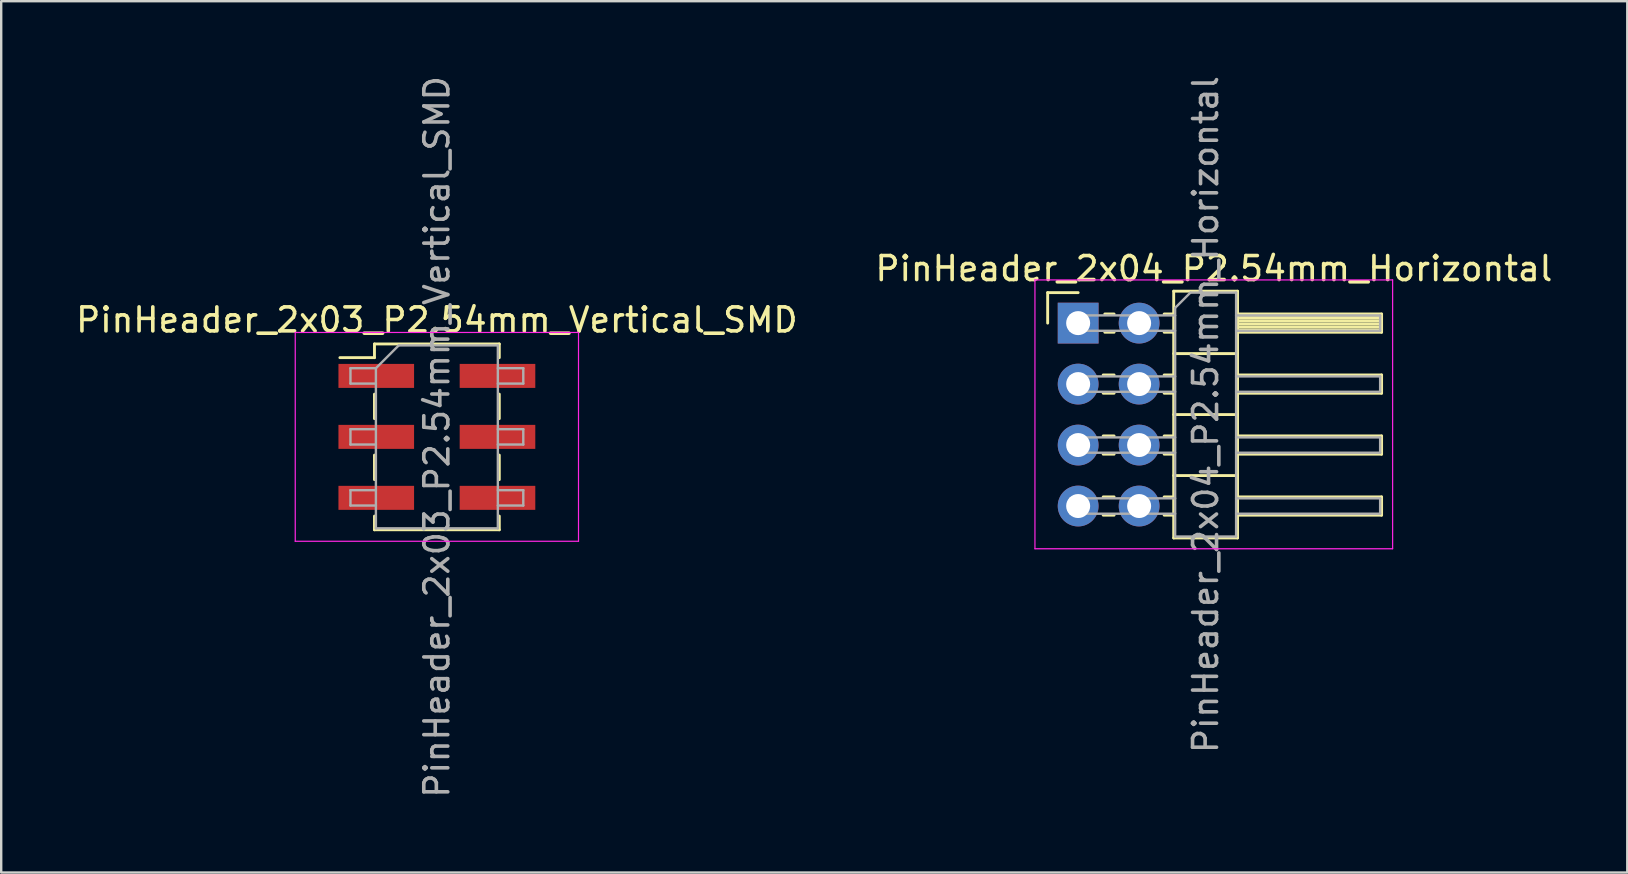
<source format=kicad_pcb>
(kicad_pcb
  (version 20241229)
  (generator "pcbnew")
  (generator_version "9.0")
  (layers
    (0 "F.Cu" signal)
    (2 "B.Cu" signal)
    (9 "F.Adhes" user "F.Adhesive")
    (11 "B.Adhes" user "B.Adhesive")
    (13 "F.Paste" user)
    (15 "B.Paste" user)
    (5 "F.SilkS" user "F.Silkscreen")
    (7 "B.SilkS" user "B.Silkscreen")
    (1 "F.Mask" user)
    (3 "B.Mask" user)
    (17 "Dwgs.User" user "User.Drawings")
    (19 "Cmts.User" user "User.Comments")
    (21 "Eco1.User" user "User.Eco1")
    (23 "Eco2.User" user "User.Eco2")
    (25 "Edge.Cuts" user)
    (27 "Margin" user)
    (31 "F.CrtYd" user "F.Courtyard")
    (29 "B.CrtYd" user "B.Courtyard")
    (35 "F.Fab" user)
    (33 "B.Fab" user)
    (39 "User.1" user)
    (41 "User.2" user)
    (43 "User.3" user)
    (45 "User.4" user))
  (footprint "PinHeader_2x03_P2.54mm_Vertical_SMD"
    (layer "F.Cu")
    (at 15.149 15.149)
    (property "Reference" "PinHeader_2x03_P2.54mm_Vertical_SMD" (at 0 -4.87 0) (layer "F.SilkS") (effects (font (size 1 1) (thickness 0.15))))
    (attr smd)
    (fp_line (start -4.04 -3.3) (end -2.6 -3.3) (stroke (width 0.12) (type solid)) (layer "F.SilkS"))
    (fp_line (start -2.6 -3.87) (end -2.6 -3.3) (stroke (width 0.12) (type solid)) (layer "F.SilkS"))
    (fp_line (start -2.6 -3.87) (end 2.6 -3.87) (stroke (width 0.12) (type solid)) (layer "F.SilkS"))
    (fp_line (start -2.6 -1.78) (end -2.6 -0.76) (stroke (width 0.12) (type solid)) (layer "F.SilkS"))
    (fp_line (start -2.6 0.76) (end -2.6 1.78) (stroke (width 0.12) (type solid)) (layer "F.SilkS"))
    (fp_line (start -2.6 3.3) (end -2.6 3.87) (stroke (width 0.12) (type solid)) (layer "F.SilkS"))
    (fp_line (start -2.6 3.87) (end 2.6 3.87) (stroke (width 0.12) (type solid)) (layer "F.SilkS"))
    (fp_line (start 2.6 -3.87) (end 2.6 -3.3) (stroke (width 0.12) (type solid)) (layer "F.SilkS"))
    (fp_line (start 2.6 -1.78) (end 2.6 -0.76) (stroke (width 0.12) (type solid)) (layer "F.SilkS"))
    (fp_line (start 2.6 0.76) (end 2.6 1.78) (stroke (width 0.12) (type solid)) (layer "F.SilkS"))
    (fp_line (start 2.6 3.3) (end 2.6 3.87) (stroke (width 0.12) (type solid)) (layer "F.SilkS"))
    (fp_line (start -5.9 -4.35) (end -5.9 4.35) (stroke (width 0.05) (type solid)) (layer "F.CrtYd"))
    (fp_line (start -5.9 4.35) (end 5.9 4.35) (stroke (width 0.05) (type solid)) (layer "F.CrtYd"))
    (fp_line (start 5.9 -4.35) (end -5.9 -4.35) (stroke (width 0.05) (type solid)) (layer "F.CrtYd"))
    (fp_line (start 5.9 4.35) (end 5.9 -4.35) (stroke (width 0.05) (type solid)) (layer "F.CrtYd"))
    (fp_line (start -3.6 -2.86) (end -3.6 -2.22) (stroke (width 0.1) (type solid)) (layer "F.Fab"))
    (fp_line (start -3.6 -2.22) (end -2.54 -2.22) (stroke (width 0.1) (type solid)) (layer "F.Fab"))
    (fp_line (start -3.6 -0.32) (end -3.6 0.32) (stroke (width 0.1) (type solid)) (layer "F.Fab"))
    (fp_line (start -3.6 0.32) (end -2.54 0.32) (stroke (width 0.1) (type solid)) (layer "F.Fab"))
    (fp_line (start -3.6 2.22) (end -3.6 2.86) (stroke (width 0.1) (type solid)) (layer "F.Fab"))
    (fp_line (start -3.6 2.86) (end -2.54 2.86) (stroke (width 0.1) (type solid)) (layer "F.Fab"))
    (fp_line (start -2.54 -2.86) (end -3.6 -2.86) (stroke (width 0.1) (type solid)) (layer "F.Fab"))
    (fp_line (start -2.54 -2.86) (end -1.59 -3.81) (stroke (width 0.1) (type solid)) (layer "F.Fab"))
    (fp_line (start -2.54 -0.32) (end -3.6 -0.32) (stroke (width 0.1) (type solid)) (layer "F.Fab"))
    (fp_line (start -2.54 2.22) (end -3.6 2.22) (stroke (width 0.1) (type solid)) (layer "F.Fab"))
    (fp_line (start -2.54 3.81) (end -2.54 -2.86) (stroke (width 0.1) (type solid)) (layer "F.Fab"))
    (fp_line (start -1.59 -3.81) (end 2.54 -3.81) (stroke (width 0.1) (type solid)) (layer "F.Fab"))
    (fp_line (start 2.54 -3.81) (end 2.54 3.81) (stroke (width 0.1) (type solid)) (layer "F.Fab"))
    (fp_line (start 2.54 -2.86) (end 3.6 -2.86) (stroke (width 0.1) (type solid)) (layer "F.Fab"))
    (fp_line (start 2.54 -0.32) (end 3.6 -0.32) (stroke (width 0.1) (type solid)) (layer "F.Fab"))
    (fp_line (start 2.54 2.22) (end 3.6 2.22) (stroke (width 0.1) (type solid)) (layer "F.Fab"))
    (fp_line (start 2.54 3.81) (end -2.54 3.81) (stroke (width 0.1) (type solid)) (layer "F.Fab"))
    (fp_line (start 3.6 -2.86) (end 3.6 -2.22) (stroke (width 0.1) (type solid)) (layer "F.Fab"))
    (fp_line (start 3.6 -2.22) (end 2.54 -2.22) (stroke (width 0.1) (type solid)) (layer "F.Fab"))
    (fp_line (start 3.6 -0.32) (end 3.6 0.32) (stroke (width 0.1) (type solid)) (layer "F.Fab"))
    (fp_line (start 3.6 0.32) (end 2.54 0.32) (stroke (width 0.1) (type solid)) (layer "F.Fab"))
    (fp_line (start 3.6 2.22) (end 3.6 2.86) (stroke (width 0.1) (type solid)) (layer "F.Fab"))
    (fp_line (start 3.6 2.86) (end 2.54 2.86) (stroke (width 0.1) (type solid)) (layer "F.Fab"))
    (fp_text user "${REFERENCE}" (at 0 0 90) (layer "F.Fab") (effects (font (size 1 1) (thickness 0.15))))
    (pad "1" smd rect (at -2.525 -2.54) (size 3.15 1) (layers "F.Cu" "F.Mask" "F.Paste"))
    (pad "2" smd rect (at 2.525 -2.54) (size 3.15 1) (layers "F.Cu" "F.Mask" "F.Paste"))
    (pad "3" smd rect (at -2.525 0) (size 3.15 1) (layers "F.Cu" "F.Mask" "F.Paste"))
    (pad "4" smd rect (at 2.525 0) (size 3.15 1) (layers "F.Cu" "F.Mask" "F.Paste"))
    (pad "5" smd rect (at -2.525 2.54) (size 3.15 1) (layers "F.Cu" "F.Mask" "F.Paste"))
    (pad "6" smd rect (at 2.525 2.54) (size 3.15 1) (layers "F.Cu" "F.Mask" "F.Paste")))
  (footprint "PinHeader_2x04_P2.54mm_Horizontal"
    (layer "F.Cu")
    (at 41.863 10.41)
    (property "Reference" "PinHeader_2x04_P2.54mm_Horizontal" (at 5.655 -2.27 0) (layer "F.SilkS") (effects (font (size 1 1) (thickness 0.15))))
    (attr through_hole)
    (fp_line (start -1.27 -1.27) (end 0 -1.27) (stroke (width 0.12) (type solid)) (layer "F.SilkS"))
    (fp_line (start -1.27 0) (end -1.27 -1.27) (stroke (width 0.12) (type solid)) (layer "F.SilkS"))
    (fp_line (start 1.043 2.16) (end 1.497 2.16) (stroke (width 0.12) (type solid)) (layer "F.SilkS"))
    (fp_line (start 1.043 2.92) (end 1.497 2.92) (stroke (width 0.12) (type solid)) (layer "F.SilkS"))
    (fp_line (start 1.043 4.7) (end 1.497 4.7) (stroke (width 0.12) (type solid)) (layer "F.SilkS"))
    (fp_line (start 1.043 5.46) (end 1.497 5.46) (stroke (width 0.12) (type solid)) (layer "F.SilkS"))
    (fp_line (start 1.043 7.24) (end 1.497 7.24) (stroke (width 0.12) (type solid)) (layer "F.SilkS"))
    (fp_line (start 1.043 8) (end 1.497 8) (stroke (width 0.12) (type solid)) (layer "F.SilkS"))
    (fp_line (start 1.11 -0.38) (end 1.497 -0.38) (stroke (width 0.12) (type solid)) (layer "F.SilkS"))
    (fp_line (start 1.11 0.38) (end 1.497 0.38) (stroke (width 0.12) (type solid)) (layer "F.SilkS"))
    (fp_line (start 3.583 -0.38) (end 3.98 -0.38) (stroke (width 0.12) (type solid)) (layer "F.SilkS"))
    (fp_line (start 3.583 0.38) (end 3.98 0.38) (stroke (width 0.12) (type solid)) (layer "F.SilkS"))
    (fp_line (start 3.583 2.16) (end 3.98 2.16) (stroke (width 0.12) (type solid)) (layer "F.SilkS"))
    (fp_line (start 3.583 2.92) (end 3.98 2.92) (stroke (width 0.12) (type solid)) (layer "F.SilkS"))
    (fp_line (start 3.583 4.7) (end 3.98 4.7) (stroke (width 0.12) (type solid)) (layer "F.SilkS"))
    (fp_line (start 3.583 5.46) (end 3.98 5.46) (stroke (width 0.12) (type solid)) (layer "F.SilkS"))
    (fp_line (start 3.583 7.24) (end 3.98 7.24) (stroke (width 0.12) (type solid)) (layer "F.SilkS"))
    (fp_line (start 3.583 8) (end 3.98 8) (stroke (width 0.12) (type solid)) (layer "F.SilkS"))
    (fp_line (start 3.98 -1.33) (end 3.98 8.95) (stroke (width 0.12) (type solid)) (layer "F.SilkS"))
    (fp_line (start 3.98 1.27) (end 6.64 1.27) (stroke (width 0.12) (type solid)) (layer "F.SilkS"))
    (fp_line (start 3.98 3.81) (end 6.64 3.81) (stroke (width 0.12) (type solid)) (layer "F.SilkS"))
    (fp_line (start 3.98 6.35) (end 6.64 6.35) (stroke (width 0.12) (type solid)) (layer "F.SilkS"))
    (fp_line (start 3.98 8.95) (end 6.64 8.95) (stroke (width 0.12) (type solid)) (layer "F.SilkS"))
    (fp_line (start 6.64 -1.33) (end 3.98 -1.33) (stroke (width 0.12) (type solid)) (layer "F.SilkS"))
    (fp_line (start 6.64 -0.38) (end 12.64 -0.38) (stroke (width 0.12) (type solid)) (layer "F.SilkS"))
    (fp_line (start 6.64 -0.32) (end 12.64 -0.32) (stroke (width 0.12) (type solid)) (layer "F.SilkS"))
    (fp_line (start 6.64 -0.2) (end 12.64 -0.2) (stroke (width 0.12) (type solid)) (layer "F.SilkS"))
    (fp_line (start 6.64 -0.08) (end 12.64 -0.08) (stroke (width 0.12) (type solid)) (layer "F.SilkS"))
    (fp_line (start 6.64 0.04) (end 12.64 0.04) (stroke (width 0.12) (type solid)) (layer "F.SilkS"))
    (fp_line (start 6.64 0.16) (end 12.64 0.16) (stroke (width 0.12) (type solid)) (layer "F.SilkS"))
    (fp_line (start 6.64 0.28) (end 12.64 0.28) (stroke (width 0.12) (type solid)) (layer "F.SilkS"))
    (fp_line (start 6.64 2.16) (end 12.64 2.16) (stroke (width 0.12) (type solid)) (layer "F.SilkS"))
    (fp_line (start 6.64 4.7) (end 12.64 4.7) (stroke (width 0.12) (type solid)) (layer "F.SilkS"))
    (fp_line (start 6.64 7.24) (end 12.64 7.24) (stroke (width 0.12) (type solid)) (layer "F.SilkS"))
    (fp_line (start 6.64 8.95) (end 6.64 -1.33) (stroke (width 0.12) (type solid)) (layer "F.SilkS"))
    (fp_line (start 12.64 -0.38) (end 12.64 0.38) (stroke (width 0.12) (type solid)) (layer "F.SilkS"))
    (fp_line (start 12.64 0.38) (end 6.64 0.38) (stroke (width 0.12) (type solid)) (layer "F.SilkS"))
    (fp_line (start 12.64 2.16) (end 12.64 2.92) (stroke (width 0.12) (type solid)) (layer "F.SilkS"))
    (fp_line (start 12.64 2.92) (end 6.64 2.92) (stroke (width 0.12) (type solid)) (layer "F.SilkS"))
    (fp_line (start 12.64 4.7) (end 12.64 5.46) (stroke (width 0.12) (type solid)) (layer "F.SilkS"))
    (fp_line (start 12.64 5.46) (end 6.64 5.46) (stroke (width 0.12) (type solid)) (layer "F.SilkS"))
    (fp_line (start 12.64 7.24) (end 12.64 8) (stroke (width 0.12) (type solid)) (layer "F.SilkS"))
    (fp_line (start 12.64 8) (end 6.64 8) (stroke (width 0.12) (type solid)) (layer "F.SilkS"))
    (fp_line (start -1.8 -1.8) (end -1.8 9.4) (stroke (width 0.05) (type solid)) (layer "F.CrtYd"))
    (fp_line (start -1.8 9.4) (end 13.1 9.4) (stroke (width 0.05) (type solid)) (layer "F.CrtYd"))
    (fp_line (start 13.1 -1.8) (end -1.8 -1.8) (stroke (width 0.05) (type solid)) (layer "F.CrtYd"))
    (fp_line (start 13.1 9.4) (end 13.1 -1.8) (stroke (width 0.05) (type solid)) (layer "F.CrtYd"))
    (fp_line (start -0.32 -0.32) (end -0.32 0.32) (stroke (width 0.1) (type solid)) (layer "F.Fab"))
    (fp_line (start -0.32 -0.32) (end 4.04 -0.32) (stroke (width 0.1) (type solid)) (layer "F.Fab"))
    (fp_line (start -0.32 0.32) (end 4.04 0.32) (stroke (width 0.1) (type solid)) (layer "F.Fab"))
    (fp_line (start -0.32 2.22) (end -0.32 2.86) (stroke (width 0.1) (type solid)) (layer "F.Fab"))
    (fp_line (start -0.32 2.22) (end 4.04 2.22) (stroke (width 0.1) (type solid)) (layer "F.Fab"))
    (fp_line (start -0.32 2.86) (end 4.04 2.86) (stroke (width 0.1) (type solid)) (layer "F.Fab"))
    (fp_line (start -0.32 4.76) (end -0.32 5.4) (stroke (width 0.1) (type solid)) (layer "F.Fab"))
    (fp_line (start -0.32 4.76) (end 4.04 4.76) (stroke (width 0.1) (type solid)) (layer "F.Fab"))
    (fp_line (start -0.32 5.4) (end 4.04 5.4) (stroke (width 0.1) (type solid)) (layer "F.Fab"))
    (fp_line (start -0.32 7.3) (end -0.32 7.94) (stroke (width 0.1) (type solid)) (layer "F.Fab"))
    (fp_line (start -0.32 7.3) (end 4.04 7.3) (stroke (width 0.1) (type solid)) (layer "F.Fab"))
    (fp_line (start -0.32 7.94) (end 4.04 7.94) (stroke (width 0.1) (type solid)) (layer "F.Fab"))
    (fp_line (start 4.04 -0.635) (end 4.675 -1.27) (stroke (width 0.1) (type solid)) (layer "F.Fab"))
    (fp_line (start 4.04 8.89) (end 4.04 -0.635) (stroke (width 0.1) (type solid)) (layer "F.Fab"))
    (fp_line (start 4.675 -1.27) (end 6.58 -1.27) (stroke (width 0.1) (type solid)) (layer "F.Fab"))
    (fp_line (start 6.58 -1.27) (end 6.58 8.89) (stroke (width 0.1) (type solid)) (layer "F.Fab"))
    (fp_line (start 6.58 -0.32) (end 12.58 -0.32) (stroke (width 0.1) (type solid)) (layer "F.Fab"))
    (fp_line (start 6.58 0.32) (end 12.58 0.32) (stroke (width 0.1) (type solid)) (layer "F.Fab"))
    (fp_line (start 6.58 2.22) (end 12.58 2.22) (stroke (width 0.1) (type solid)) (layer "F.Fab"))
    (fp_line (start 6.58 2.86) (end 12.58 2.86) (stroke (width 0.1) (type solid)) (layer "F.Fab"))
    (fp_line (start 6.58 4.76) (end 12.58 4.76) (stroke (width 0.1) (type solid)) (layer "F.Fab"))
    (fp_line (start 6.58 5.4) (end 12.58 5.4) (stroke (width 0.1) (type solid)) (layer "F.Fab"))
    (fp_line (start 6.58 7.3) (end 12.58 7.3) (stroke (width 0.1) (type solid)) (layer "F.Fab"))
    (fp_line (start 6.58 7.94) (end 12.58 7.94) (stroke (width 0.1) (type solid)) (layer "F.Fab"))
    (fp_line (start 6.58 8.89) (end 4.04 8.89) (stroke (width 0.1) (type solid)) (layer "F.Fab"))
    (fp_line (start 12.58 -0.32) (end 12.58 0.32) (stroke (width 0.1) (type solid)) (layer "F.Fab"))
    (fp_line (start 12.58 2.22) (end 12.58 2.86) (stroke (width 0.1) (type solid)) (layer "F.Fab"))
    (fp_line (start 12.58 4.76) (end 12.58 5.4) (stroke (width 0.1) (type solid)) (layer "F.Fab"))
    (fp_line (start 12.58 7.3) (end 12.58 7.94) (stroke (width 0.1) (type solid)) (layer "F.Fab"))
    (fp_text user "${REFERENCE}" (at 5.31 3.81 90) (layer "F.Fab") (effects (font (size 1 1) (thickness 0.15))))
    (pad "1" thru_hole rect (at 0 0) (size 1.7 1.7) (drill 1) (layers "*.Cu" "*.Mask"))
    (pad "2" thru_hole oval (at 2.54 0) (size 1.7 1.7) (drill 1) (layers "*.Cu" "*.Mask"))
    (pad "3" thru_hole oval (at 0 2.54) (size 1.7 1.7) (drill 1) (layers "*.Cu" "*.Mask"))
    (pad "4" thru_hole oval (at 2.54 2.54) (size 1.7 1.7) (drill 1) (layers "*.Cu" "*.Mask"))
    (pad "5" thru_hole oval (at 0 5.08) (size 1.7 1.7) (drill 1) (layers "*.Cu" "*.Mask"))
    (pad "6" thru_hole oval (at 2.54 5.08) (size 1.7 1.7) (drill 1) (layers "*.Cu" "*.Mask"))
    (pad "7" thru_hole oval (at 0 7.62) (size 1.7 1.7) (drill 1) (layers "*.Cu" "*.Mask"))
    (pad "8" thru_hole oval (at 2.54 7.62) (size 1.7 1.7) (drill 1) (layers "*.Cu" "*.Mask")))
  (gr_rect
    (start -3 -3)
    (end 64.738 33.298)
    (stroke (width 0.1) (type default))
    (fill no)
    (layer "Edge.Cuts")))
</source>
